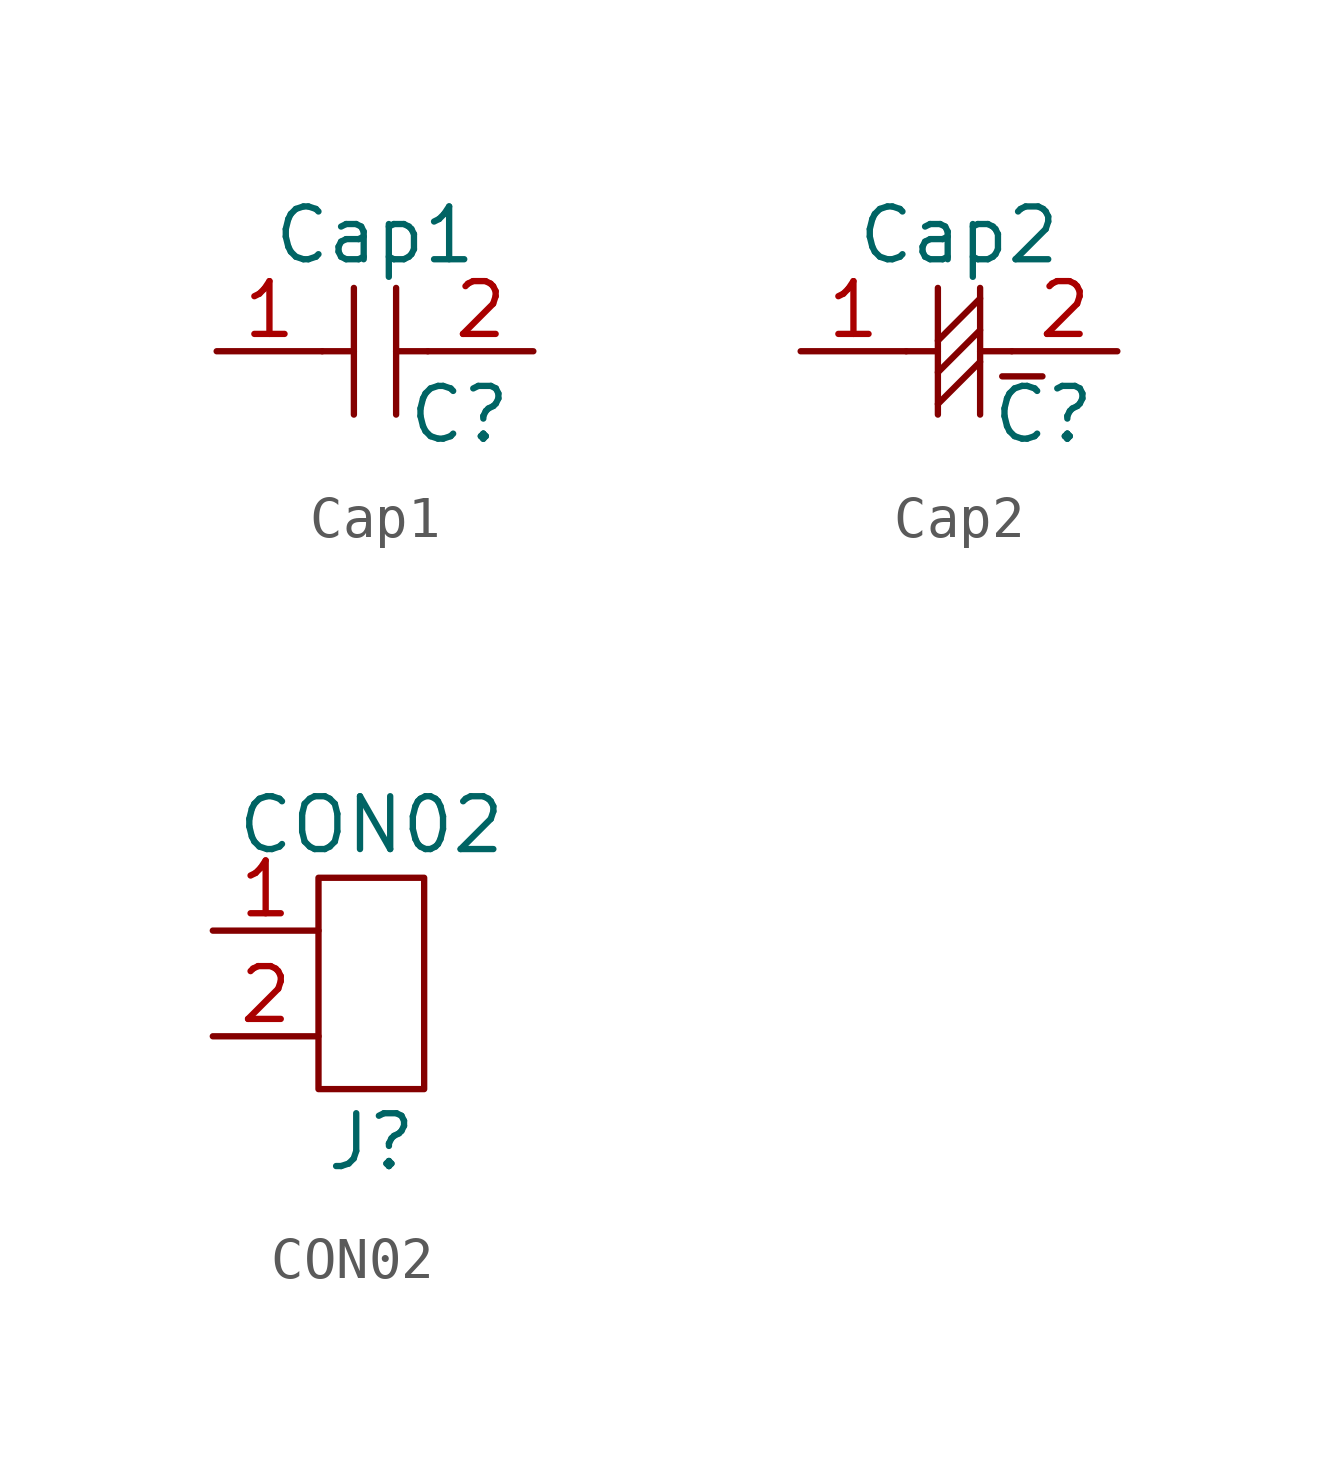
<source format=kicad_sym>
(kicad_symbol_lib
  (version 20211014)
  (generator kicad_symbol_editor)
  (symbol "Cap1"
    (property "Reference" "C"
      (at 0.762 -1.524 0)
      (effects (font (size 1.27 1.27))))
    (property "Value" "Cap1"
      (at -1.27 2.794 0)
      (effects (font (size 1.27 1.27))))
    (symbol "Cap1_0_1"
      (polyline (pts (xy -1.778 0) (xy -2.54 0)) (stroke (width 0) (type default) (color 0 0 0 0)) (fill (type none)))
      (polyline (pts (xy -1.778 1.524) (xy -1.778 -1.524)) (stroke (width 0) (type default) (color 0 0 0 0)) (fill (type none)))
      (polyline (pts (xy -0.762 0) (xy 0 0)) (stroke (width 0) (type default) (color 0 0 0 0)) (fill (type none)))
      (polyline (pts (xy -0.762 1.524) (xy -0.762 -1.524)) (stroke (width 0) (type default) (color 0 0 0 0)) (fill (type none))))
    (symbol "Cap1_1_1"
      (pin input line (at -5.08 0 0) (length 2.54) (name "" (effects (font (size 1.27 1.27)))) (number "1" (effects (font (size 1.27 1.27)))))
      (pin input line (at 2.54 0 180) (length 2.54) (name "" (effects (font (size 1.27 1.27)))) (number "2" (effects (font (size 1.27 1.27)))))))
  (symbol "Cap2"
    (property "Reference" "C"
      (at 0.762 -1.524 0)
      (effects (font (size 1.27 1.27))))
    (property "Value" "Cap2"
      (at -1.27 2.794 0)
      (effects (font (size 1.27 1.27))))
    (symbol "Cap2_0_0"
      (polyline (pts (xy -0.762 -0.254) (xy -1.778 -1.27)) (stroke (width 0) (type default) (color 0 0 0 0)) (fill (type none)))
      (polyline (pts (xy -0.762 0.508) (xy -1.778 -0.508)) (stroke (width 0) (type default) (color 0 0 0 0)) (fill (type none)))
      (polyline (pts (xy -0.762 1.27) (xy -1.778 0.254)) (stroke (width 0) (type default) (color 0 0 0 0)) (fill (type none)))
      (text "-" (at 0.254 -0.508 0) (effects (font (size 1.27 1.27)))))
    (symbol "Cap2_0_1"
      (polyline (pts (xy -1.778 0) (xy -2.54 0)) (stroke (width 0) (type default) (color 0 0 0 0)) (fill (type none)))
      (polyline (pts (xy -1.778 1.524) (xy -1.778 -1.524)) (stroke (width 0) (type default) (color 0 0 0 0)) (fill (type none)))
      (polyline (pts (xy -0.762 0) (xy 0 0)) (stroke (width 0) (type default) (color 0 0 0 0)) (fill (type none)))
      (polyline (pts (xy -0.762 1.524) (xy -0.762 -1.524)) (stroke (width 0) (type default) (color 0 0 0 0)) (fill (type none))))
    (symbol "Cap2_1_1"
      (pin input line (at -5.08 0 0) (length 2.54) (name "" (effects (font (size 1.27 1.27)))) (number "1" (effects (font (size 1.27 1.27)))))
      (pin input line (at 2.54 0 180) (length 2.54) (name "" (effects (font (size 1.27 1.27)))) (number "2" (effects (font (size 1.27 1.27)))))))
  (symbol "CON02"
    (property "Reference" "J"
      (at 1.27 -2.54 0)
      (effects (font (size 1.27 1.27))))
    (property "Value" "CON02"
      (at 1.27 5.08 0)
      (effects (font (size 1.27 1.27))))
    (symbol "CON02_0_0"
      (rectangle (start 0 3.81) (end 2.54 -1.27) (stroke (width 0) (type default) (color 0 0 0 0)) (fill (type none))))
    (symbol "CON02_1_1"
      (pin input line (at -2.54 2.54 0) (length 2.54) (name "" (effects (font (size 1.27 1.27)))) (number "1" (effects (font (size 1.27 1.27)))))
      (pin input line (at -2.54 0 0) (length 2.54) (name "" (effects (font (size 1.27 1.27)))) (number "2" (effects (font (size 1.27 1.27))))))))
</source>
